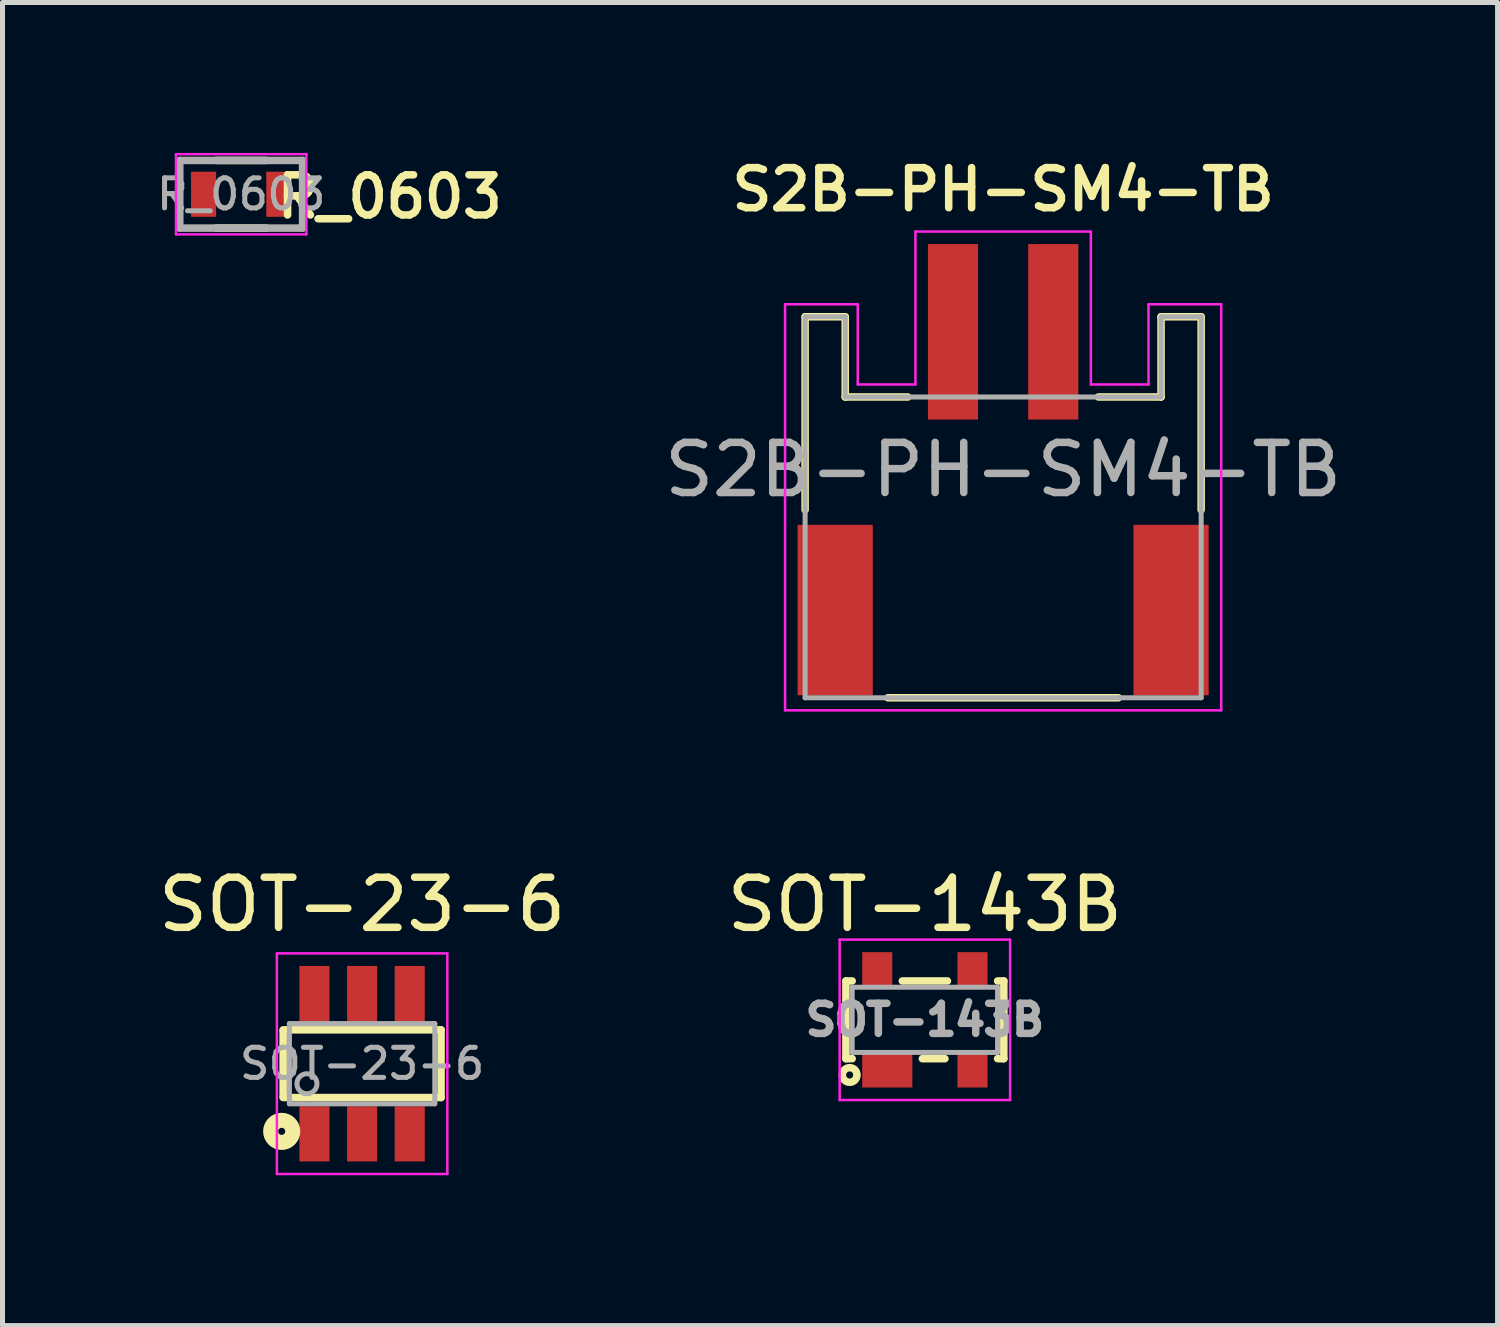
<source format=kicad_pcb>
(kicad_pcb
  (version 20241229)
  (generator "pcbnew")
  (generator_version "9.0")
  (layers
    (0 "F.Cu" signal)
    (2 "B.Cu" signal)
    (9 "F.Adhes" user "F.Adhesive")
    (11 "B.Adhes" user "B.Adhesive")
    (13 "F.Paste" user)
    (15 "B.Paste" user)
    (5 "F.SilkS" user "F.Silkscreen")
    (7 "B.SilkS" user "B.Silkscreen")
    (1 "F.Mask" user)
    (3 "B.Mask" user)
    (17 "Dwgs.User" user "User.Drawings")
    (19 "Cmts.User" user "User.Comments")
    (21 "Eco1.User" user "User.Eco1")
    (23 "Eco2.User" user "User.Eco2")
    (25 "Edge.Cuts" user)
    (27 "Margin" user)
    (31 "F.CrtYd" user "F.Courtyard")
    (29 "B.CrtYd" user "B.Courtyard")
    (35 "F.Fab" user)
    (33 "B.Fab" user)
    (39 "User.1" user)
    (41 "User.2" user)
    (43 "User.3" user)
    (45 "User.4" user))
  (footprint "S2B-PH-SM4-TB"
    (layer "F.Cu")
    (at 16.96 6.319)
    (property "Reference" "S2B-PH-SM4-TB" (at 0 -5.588 0) (layer "F.SilkS") (effects (font (size 0.8 0.8) (thickness 0.15))))
    (attr smd)
    (fp_line (start -3.95 -3.05) (end -3.95 0.8) (stroke (width 0.15) (type solid)) (layer "F.SilkS"))
    (fp_line (start -3.15 -3.05) (end -3.95 -3.05) (stroke (width 0.15) (type solid)) (layer "F.SilkS"))
    (fp_line (start -3.15 -1.45) (end -3.15 -3.05) (stroke (width 0.15) (type solid)) (layer "F.SilkS"))
    (fp_line (start -3.15 -1.45) (end -1.9 -1.45) (stroke (width 0.15) (type solid)) (layer "F.SilkS"))
    (fp_line (start -2.3 4.55) (end 2.3 4.55) (stroke (width 0.15) (type solid)) (layer "F.SilkS"))
    (fp_line (start 3.15 -3.05) (end 3.95 -3.05) (stroke (width 0.15) (type solid)) (layer "F.SilkS"))
    (fp_line (start 3.15 -1.45) (end 1.9 -1.45) (stroke (width 0.15) (type solid)) (layer "F.SilkS"))
    (fp_line (start 3.15 -1.45) (end 3.15 -3.05) (stroke (width 0.15) (type solid)) (layer "F.SilkS"))
    (fp_line (start 3.95 -3.05) (end 3.95 0.8) (stroke (width 0.15) (type solid)) (layer "F.SilkS"))
    (fp_line (start -4.35 4.8) (end -4.35 -3.3) (stroke (width 0.05) (type solid)) (layer "F.CrtYd"))
    (fp_line (start -4.35 4.8) (end 4.35 4.8) (stroke (width 0.05) (type solid)) (layer "F.CrtYd"))
    (fp_line (start -2.9 -3.3) (end -4.35 -3.3) (stroke (width 0.05) (type solid)) (layer "F.CrtYd"))
    (fp_line (start -2.9 -3.3) (end -2.9 -1.7) (stroke (width 0.05) (type solid)) (layer "F.CrtYd"))
    (fp_line (start -1.75 -4.75) (end 1.75 -4.75) (stroke (width 0.05) (type solid)) (layer "F.CrtYd"))
    (fp_line (start -1.75 -1.7) (end -2.9 -1.7) (stroke (width 0.05) (type solid)) (layer "F.CrtYd"))
    (fp_line (start -1.75 -1.7) (end -1.75 -4.75) (stroke (width 0.05) (type solid)) (layer "F.CrtYd"))
    (fp_line (start 1.75 -1.7) (end 1.75 -4.75) (stroke (width 0.05) (type solid)) (layer "F.CrtYd"))
    (fp_line (start 2.9 -3.3) (end 2.9 -1.7) (stroke (width 0.05) (type solid)) (layer "F.CrtYd"))
    (fp_line (start 2.9 -3.3) (end 4.35 -3.3) (stroke (width 0.05) (type solid)) (layer "F.CrtYd"))
    (fp_line (start 2.9 -1.7) (end 1.75 -1.7) (stroke (width 0.05) (type solid)) (layer "F.CrtYd"))
    (fp_line (start 4.35 -3.3) (end 4.35 4.8) (stroke (width 0.05) (type solid)) (layer "F.CrtYd"))
    (fp_line (start -3.95 4.55) (end -3.95 -3.05) (stroke (width 0.1) (type solid)) (layer "F.Fab"))
    (fp_line (start -3.95 4.55) (end 3.95 4.55) (stroke (width 0.1) (type solid)) (layer "F.Fab"))
    (fp_line (start -3.15 -3.05) (end -3.95 -3.05) (stroke (width 0.1) (type solid)) (layer "F.Fab"))
    (fp_line (start -3.15 -1.45) (end -3.15 -3.05) (stroke (width 0.1) (type solid)) (layer "F.Fab"))
    (fp_line (start -3.15 -1.45) (end 3.15 -1.45) (stroke (width 0.1) (type solid)) (layer "F.Fab"))
    (fp_line (start 3.15 -1.45) (end 3.15 -3.05) (stroke (width 0.1) (type solid)) (layer "F.Fab"))
    (fp_line (start 3.95 -3.05) (end 3.15 -3.05) (stroke (width 0.1) (type solid)) (layer "F.Fab"))
    (fp_line (start 3.95 4.55) (end 3.95 -3.05) (stroke (width 0.1) (type solid)) (layer "F.Fab"))
    (fp_text user "${REFERENCE}" (at 0 0 0) (layer "F.Fab") (effects (font (size 1 1) (thickness 0.15))))
    (pad "1" smd rect (at -1 -2.75) (size 1 3.5) (layers "F.Cu" "F.Mask" "F.Paste"))
    (pad "2" smd rect (at 1 -2.75) (size 1 3.5) (layers "F.Cu" "F.Mask" "F.Paste"))
    (pad "3" smd rect (at -3.35 2.8) (size 1.5 3.4) (layers "F.Cu" "F.Mask" "F.Paste"))
    (pad "4" smd rect (at 3.35 2.8) (size 1.5 3.4) (layers "F.Cu" "F.Mask" "F.Paste")))
  (footprint "R_0603"
    (layer "F.Cu")
    (at 1.761 0.825)
    (property "Reference" "R_0603" (at 2.962 0.05 0) (layer "F.SilkS") (effects (font (size 0.8 0.8) (thickness 0.15))))
    (attr smd)
    (fp_line (start -0.5 -0.675) (end 0.5 -0.675) (stroke (width 0.15) (type solid)) (layer "F.SilkS"))
    (fp_line (start 0.5 0.675) (end -0.5 0.675) (stroke (width 0.15) (type solid)) (layer "F.SilkS"))
    (fp_line (start -1.3 -0.8) (end -1.3 0.8) (stroke (width 0.05) (type solid)) (layer "F.CrtYd"))
    (fp_line (start -1.3 -0.8) (end 1.3 -0.8) (stroke (width 0.05) (type solid)) (layer "F.CrtYd"))
    (fp_line (start -1.3 0.8) (end 1.3 0.8) (stroke (width 0.05) (type solid)) (layer "F.CrtYd"))
    (fp_line (start 1.3 -0.8) (end 1.3 0.8) (stroke (width 0.05) (type solid)) (layer "F.CrtYd"))
    (fp_line (start -1.225 -0.675) (end -1.225 0.675) (stroke (width 0.15) (type solid)) (layer "F.Fab"))
    (fp_line (start -1.225 -0.675) (end 1.225 -0.675) (stroke (width 0.15) (type solid)) (layer "F.Fab"))
    (fp_line (start -1.225 0.675) (end 1.225 0.675) (stroke (width 0.15) (type solid)) (layer "F.Fab"))
    (fp_line (start 1.225 -0.675) (end 1.225 0.675) (stroke (width 0.15) (type solid)) (layer "F.Fab"))
    (fp_text user "${REFERENCE}" (at 0 0 0) (layer "F.Fab") (effects (font (size 0.6 0.6) (thickness 0.1))))
    (pad "1" smd rect (at -0.75 0) (size 0.5 0.9) (layers "F.Cu" "F.Mask" "F.Paste"))
    (pad "2" smd rect (at 0.75 0) (size 0.5 0.9) (layers "F.Cu" "F.Mask" "F.Paste")))
  (footprint "SOT-23-6"
    (layer "F.Cu")
    (at 4.173 18.168)
    (property "Reference" "SOT-23-6" (at 0 -3.175 0) (layer "F.SilkS") (effects (font (size 1 1) (thickness 0.15))))
    (attr smd)
    (fp_line (start -1.575 -0.675) (end 1.575 -0.675) (stroke (width 0.15) (type solid)) (layer "F.SilkS"))
    (fp_line (start -1.575 0.65) (end -1.575 -0.65) (stroke (width 0.15) (type solid)) (layer "F.SilkS"))
    (fp_line (start 1.575 -0.675) (end 1.575 0.675) (stroke (width 0.15) (type solid)) (layer "F.SilkS"))
    (fp_line (start 1.575 0.675) (end -1.575 0.675) (stroke (width 0.15) (type solid)) (layer "F.SilkS"))
    (fp_circle (center -1.604 1.35) (end -1.654 1.4) (stroke (width 0.3) (type solid)) (fill no) (layer "F.SilkS"))
    (fp_line (start -1.7 -2.2) (end -1.7 2.2) (stroke (width 0.05) (type solid)) (layer "F.CrtYd"))
    (fp_line (start -1.7 2.2) (end 1.7 2.2) (stroke (width 0.05) (type solid)) (layer "F.CrtYd"))
    (fp_line (start 1.7 -2.2) (end -1.7 -2.2) (stroke (width 0.05) (type solid)) (layer "F.CrtYd"))
    (fp_line (start 1.7 2.2) (end 1.7 -2.2) (stroke (width 0.05) (type solid)) (layer "F.CrtYd"))
    (fp_line (start -1.45 -0.8) (end -1.45 0.8) (stroke (width 0.1) (type solid)) (layer "F.Fab"))
    (fp_line (start -1.45 -0.8) (end 1.45 -0.8) (stroke (width 0.1) (type solid)) (layer "F.Fab"))
    (fp_line (start -1.45 0.8) (end 1.45 0.8) (stroke (width 0.1) (type solid)) (layer "F.Fab"))
    (fp_line (start 1.45 -0.8) (end 1.45 0.8) (stroke (width 0.1) (type solid)) (layer "F.Fab"))
    (fp_circle (center -1.1 0.4) (end -1.1 0.6) (stroke (width 0.1) (type solid)) (fill no) (layer "F.Fab"))
    (fp_text user "${REFERENCE}" (at 0 0 0) (layer "F.Fab") (effects (font (size 0.6 0.6) (thickness 0.1))))
    (pad "1" smd rect (at -0.95 1.4) (size 0.6 1.1) (layers "F.Cu" "F.Mask" "F.Paste"))
    (pad "2" smd rect (at 0 1.4) (size 0.6 1.1) (layers "F.Cu" "F.Mask" "F.Paste"))
    (pad "3" smd rect (at 0.95 1.4) (size 0.6 1.1) (layers "F.Cu" "F.Mask" "F.Paste"))
    (pad "4" smd rect (at 0.95 -1.4) (size 0.6 1.1) (layers "F.Cu" "F.Mask" "F.Paste"))
    (pad "5" smd rect (at 0 -1.4) (size 0.6 1.1) (layers "F.Cu" "F.Mask" "F.Paste"))
    (pad "6" smd rect (at -0.95 -1.4) (size 0.6 1.1) (layers "F.Cu" "F.Mask" "F.Paste")))
  (footprint "SOT-143B"
    (layer "F.Cu")
    (at 15.399 17.293)
    (property "Reference" "SOT-143B" (at 0 -2.3 0) (layer "F.SilkS") (effects (font (size 1 1) (thickness 0.15))))
    (attr smd)
    (fp_line (start -1.575 -0.775) (end -1.575 0.775) (stroke (width 0.15) (type solid)) (layer "F.SilkS"))
    (fp_line (start -1.575 -0.775) (end -1.45 -0.775) (stroke (width 0.15) (type solid)) (layer "F.SilkS"))
    (fp_line (start -1.575 0.775) (end -1.45 0.775) (stroke (width 0.15) (type solid)) (layer "F.SilkS"))
    (fp_line (start -0.45 -0.775) (end 0.45 -0.775) (stroke (width 0.15) (type solid)) (layer "F.SilkS"))
    (fp_line (start -0.05 0.775) (end 0.4 0.775) (stroke (width 0.15) (type solid)) (layer "F.SilkS"))
    (fp_line (start 1.45 -0.775) (end 1.575 -0.775) (stroke (width 0.15) (type solid)) (layer "F.SilkS"))
    (fp_line (start 1.45 0.775) (end 1.575 0.775) (stroke (width 0.15) (type solid)) (layer "F.SilkS"))
    (fp_line (start 1.575 -0.775) (end 1.575 0.775) (stroke (width 0.15) (type solid)) (layer "F.SilkS"))
    (fp_circle (center -1.5 1.1) (end -1.55 1.15) (stroke (width 0.15) (type solid)) (fill no) (layer "F.SilkS"))
    (fp_line (start -1.7 -1.6) (end -1.7 1.6) (stroke (width 0.05) (type solid)) (layer "F.CrtYd"))
    (fp_line (start -1.7 1.6) (end 1.7 1.6) (stroke (width 0.05) (type solid)) (layer "F.CrtYd"))
    (fp_line (start 1.7 -1.6) (end -1.7 -1.6) (stroke (width 0.05) (type solid)) (layer "F.CrtYd"))
    (fp_line (start 1.7 1.6) (end 1.7 -1.6) (stroke (width 0.05) (type solid)) (layer "F.CrtYd"))
    (fp_line (start -1.45 -0.65) (end -1.45 0.65) (stroke (width 0.1) (type solid)) (layer "F.Fab"))
    (fp_line (start -1.45 -0.65) (end 1.45 -0.65) (stroke (width 0.1) (type solid)) (layer "F.Fab"))
    (fp_line (start -1.45 0.65) (end 1.45 0.65) (stroke (width 0.1) (type solid)) (layer "F.Fab"))
    (fp_line (start 1.45 -0.65) (end 1.45 0.65) (stroke (width 0.1) (type solid)) (layer "F.Fab"))
    (fp_text user "${REFERENCE}" (at 0 0 0) (layer "F.Fab") (effects (font (size 0.6 0.6) (thickness 0.15))))
    (pad "1" smd rect (at -0.75 1) (size 1 0.7) (layers "F.Cu" "F.Mask" "F.Paste"))
    (pad "2" smd rect (at 0.95 1) (size 0.6 0.7) (layers "F.Cu" "F.Mask" "F.Paste"))
    (pad "3" smd rect (at 0.95 -1) (size 0.6 0.7) (layers "F.Cu" "F.Mask" "F.Paste"))
    (pad "4" smd rect (at -0.95 -1) (size 0.6 0.7) (layers "F.Cu" "F.Mask" "F.Paste")))
  (gr_rect
    (start -3 -3)
    (end 26.823 23.392)
    (stroke (width 0.1) (type default))
    (fill no)
    (layer "Edge.Cuts")))
</source>
